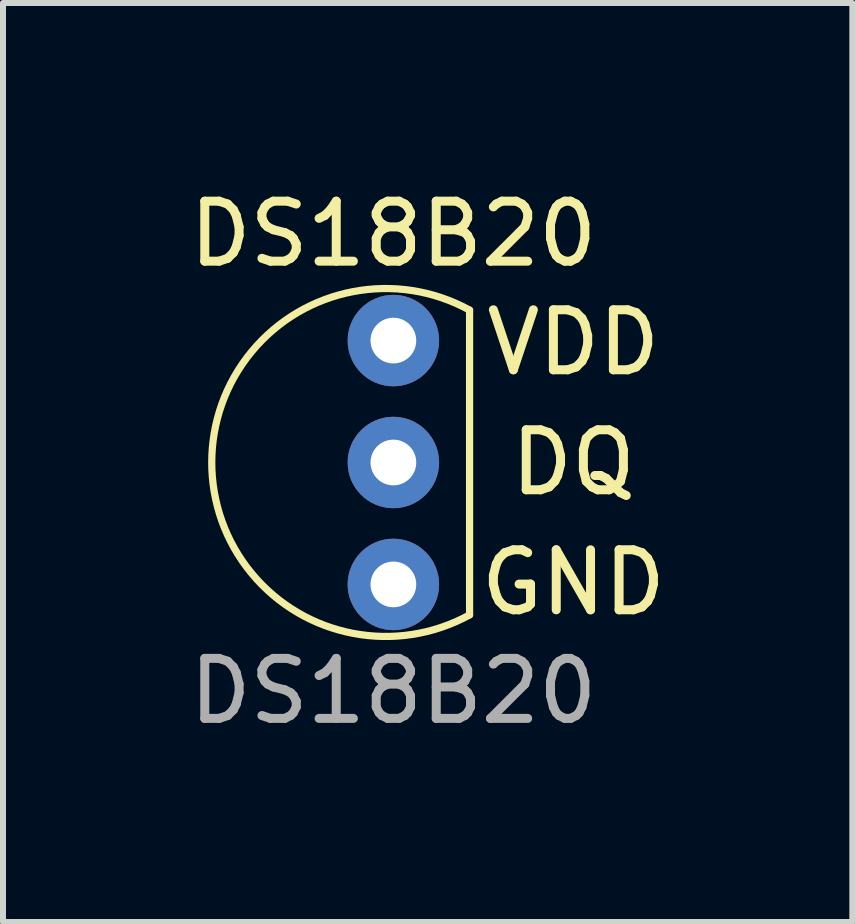
<source format=kicad_pcb>
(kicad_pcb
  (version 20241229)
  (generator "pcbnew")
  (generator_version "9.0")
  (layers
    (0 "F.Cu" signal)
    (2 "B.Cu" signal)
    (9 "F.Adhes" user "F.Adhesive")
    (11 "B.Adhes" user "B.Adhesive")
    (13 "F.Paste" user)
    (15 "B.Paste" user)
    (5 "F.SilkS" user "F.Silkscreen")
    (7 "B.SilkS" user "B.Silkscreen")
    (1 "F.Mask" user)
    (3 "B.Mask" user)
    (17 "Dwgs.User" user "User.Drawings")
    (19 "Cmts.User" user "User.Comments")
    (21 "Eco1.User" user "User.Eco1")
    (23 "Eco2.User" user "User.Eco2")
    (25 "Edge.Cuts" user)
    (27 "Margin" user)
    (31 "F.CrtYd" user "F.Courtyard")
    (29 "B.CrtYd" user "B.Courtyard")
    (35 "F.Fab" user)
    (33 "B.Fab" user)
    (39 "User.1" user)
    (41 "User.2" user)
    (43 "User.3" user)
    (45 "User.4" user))
  (footprint "DS18B20"
    (layer "F.Cu")
    (at 3.506 4.658)
    (property "Reference" "DS18B20" (at 0 -3.81 0) (unlocked yes) (layer "F.SilkS") (effects (font (size 1 1) (thickness 0.15))))
    (attr through_hole)
    (fp_line (start 1.27 -2.54) (end 1.27 2.54) (stroke (width 0.12) (type solid)) (layer "F.SilkS"))
    (fp_arc (start 1.27 2.54) (mid -3.02701 0) (end 1.27 -2.54) (stroke (width 0.12) (type solid)) (layer "F.SilkS"))
    (fp_text user "DQ" (at 3 0 0) (unlocked yes) (layer "F.SilkS") (effects (font (size 1 1) (thickness 0.15))))
    (fp_text user "GND" (at 3 2 0) (unlocked yes) (layer "F.SilkS") (effects (font (size 1 1) (thickness 0.15))))
    (fp_text user "VDD" (at 3 -2 0) (unlocked yes) (layer "F.SilkS") (effects (font (size 1 1) (thickness 0.15))))
    (fp_text user "${REFERENCE}" (at 0 3.81 0) (unlocked yes) (layer "F.Fab") (effects (font (size 1 1) (thickness 0.15))))
    (pad "1" thru_hole circle (at 0 2.032) (size 1.524 1.524) (drill 0.762) (layers "*.Cu" "*.Mask"))
    (pad "2" thru_hole circle (at 0 0) (size 1.524 1.524) (drill 0.762) (layers "*.Cu" "*.Mask"))
    (pad "3" thru_hole circle (at 0 -2.032) (size 1.524 1.524) (drill 0.762) (layers "*.Cu" "*.Mask")))
  (gr_rect
    (start -3 -3)
    (end 11.155 12.316)
    (stroke (width 0.1) (type default))
    (fill no)
    (layer "Edge.Cuts")))
</source>
